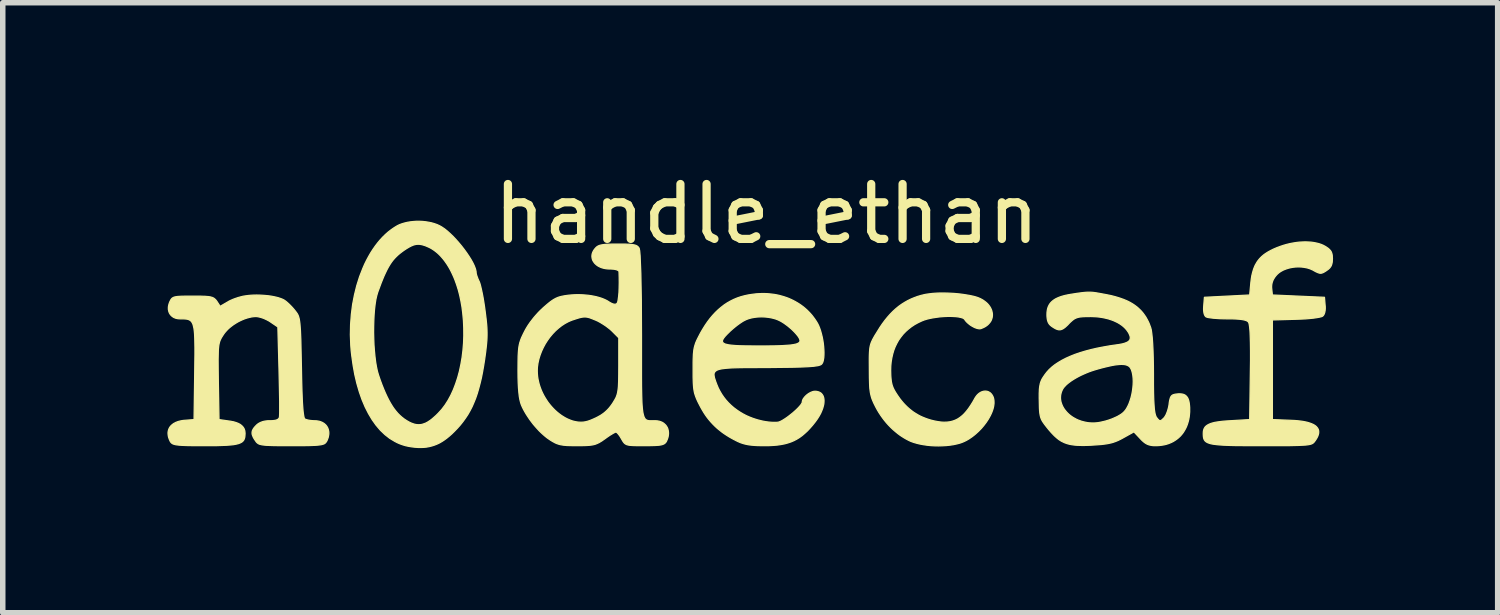
<source format=kicad_pcb>
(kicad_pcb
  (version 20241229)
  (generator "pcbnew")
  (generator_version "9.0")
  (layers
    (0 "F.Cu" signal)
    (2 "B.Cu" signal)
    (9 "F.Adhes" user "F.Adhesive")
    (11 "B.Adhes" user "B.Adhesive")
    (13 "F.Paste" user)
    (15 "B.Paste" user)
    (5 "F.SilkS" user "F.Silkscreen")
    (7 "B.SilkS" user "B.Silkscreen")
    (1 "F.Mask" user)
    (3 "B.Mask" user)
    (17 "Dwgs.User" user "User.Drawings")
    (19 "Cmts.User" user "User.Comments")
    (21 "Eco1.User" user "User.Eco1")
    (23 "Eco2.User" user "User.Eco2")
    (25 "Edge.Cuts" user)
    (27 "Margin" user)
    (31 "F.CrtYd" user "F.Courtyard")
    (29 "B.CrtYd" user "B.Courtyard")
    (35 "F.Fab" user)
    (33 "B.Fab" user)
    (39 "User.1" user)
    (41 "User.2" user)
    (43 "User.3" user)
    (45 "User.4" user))
  (footprint "handle_ethan"
    (layer "F.Cu")
    (at 10.739 3.538)
    (property "Reference" "handle_ethan" (at 0.18 -2.69 0) (unlocked yes) (layer "F.SilkS") (effects (font (size 1 1) (thickness 0.15))))
    (attr smd)
    (fp_poly (pts (xy -6.086 -2.553) (xy -6.03 -2.547) (xy -5.975 -2.538) (xy -5.922 -2.527) (xy -5.871 -2.512) (xy -5.823 -2.495) (xy -5.778 -2.474) (xy -5.738 -2.451) (xy -5.689 -2.418) (xy -5.639 -2.378) (xy -5.587 -2.331) (xy -5.534 -2.28) (xy -5.482 -2.225) (xy -5.43 -2.166) (xy -5.38 -2.106) (xy -5.332 -2.044) (xy -5.287 -1.982) (xy -5.245 -1.92) (xy -5.208 -1.861) (xy -5.176 -1.804) (xy -5.15 -1.75) (xy -5.131 -1.702) (xy -5.124 -1.679) (xy -5.119 -1.658) (xy -5.115 -1.639) (xy -5.114 -1.621) (xy -5.114 -1.616) (xy -5.113 -1.61) (xy -5.112 -1.603) (xy -5.11 -1.594) (xy -5.105 -1.576) (xy -5.098 -1.554) (xy -5.089 -1.531) (xy -5.08 -1.506) (xy -5.069 -1.481) (xy -5.057 -1.456) (xy -5.045 -1.424) (xy -5.032 -1.376) (xy -5.018 -1.317) (xy -5.003 -1.247) (xy -4.988 -1.17) (xy -4.974 -1.086) (xy -4.961 -1) (xy -4.949 -0.911) (xy -4.933 -0.784) (xy -4.922 -0.674) (xy -4.918 -0.624) (xy -4.916 -0.576) (xy -4.915 -0.529) (xy -4.915 -0.483) (xy -4.916 -0.436) (xy -4.918 -0.389) (xy -4.927 -0.289) (xy -4.94 -0.176) (xy -4.958 -0.045) (xy -4.977 0.076) (xy -4.997 0.19) (xy -5.018 0.297) (xy -5.042 0.397) (xy -5.067 0.492) (xy -5.093 0.581) (xy -5.122 0.666) (xy -5.154 0.745) (xy -5.187 0.821) (xy -5.224 0.893) (xy -5.263 0.962) (xy -5.306 1.027) (xy -5.352 1.091) (xy -5.401 1.153) (xy -5.454 1.213) (xy -5.511 1.272) (xy -5.557 1.317) (xy -5.602 1.357) (xy -5.647 1.394) (xy -5.692 1.427) (xy -5.736 1.456) (xy -5.781 1.482) (xy -5.827 1.504) (xy -5.873 1.522) (xy -5.92 1.537) (xy -5.968 1.549) (xy -6.017 1.558) (xy -6.068 1.563) (xy -6.12 1.565) (xy -6.175 1.564) (xy -6.232 1.56) (xy -6.291 1.553) (xy -6.344 1.544) (xy -6.396 1.533) (xy -6.447 1.518) (xy -6.498 1.5) (xy -6.547 1.479) (xy -6.594 1.455) (xy -6.687 1.399) (xy -6.774 1.331) (xy -6.857 1.252) (xy -6.935 1.161) (xy -7.007 1.06) (xy -7.074 0.948) (xy -7.136 0.826) (xy -7.192 0.694) (xy -7.242 0.551) (xy -7.286 0.4) (xy -7.324 0.239) (xy -7.355 0.068) (xy -7.38 -0.111) (xy -7.391 -0.206) (xy -7.398 -0.301) (xy -7.405 -0.49) (xy -7.404 -0.527) (xy -6.982 -0.527) (xy -6.979 -0.414) (xy -6.975 -0.303) (xy -6.967 -0.195) (xy -6.957 -0.092) (xy -6.945 0.006) (xy -6.93 0.095) (xy -6.913 0.175) (xy -6.893 0.244) (xy -6.862 0.335) (xy -6.831 0.419) (xy -6.8 0.497) (xy -6.769 0.57) (xy -6.738 0.637) (xy -6.707 0.699) (xy -6.675 0.757) (xy -6.643 0.809) (xy -6.627 0.834) (xy -6.61 0.858) (xy -6.593 0.88) (xy -6.576 0.902) (xy -6.558 0.923) (xy -6.541 0.943) (xy -6.522 0.962) (xy -6.504 0.98) (xy -6.485 0.997) (xy -6.466 1.014) (xy -6.446 1.029) (xy -6.426 1.045) (xy -6.405 1.059) (xy -6.384 1.073) (xy -6.34 1.099) (xy -6.306 1.116) (xy -6.273 1.129) (xy -6.256 1.135) (xy -6.24 1.14) (xy -6.224 1.144) (xy -6.208 1.147) (xy -6.192 1.149) (xy -6.177 1.15) (xy -6.161 1.151) (xy -6.145 1.15) (xy -6.13 1.149) (xy -6.114 1.147) (xy -6.099 1.144) (xy -6.083 1.139) (xy -6.067 1.134) (xy -6.051 1.128) (xy -6.035 1.122) (xy -6.019 1.114) (xy -6.002 1.105) (xy -5.986 1.095) (xy -5.952 1.073) (xy -5.917 1.046) (xy -5.881 1.015) (xy -5.843 0.981) (xy -5.804 0.942) (xy -5.74 0.872) (xy -5.68 0.793) (xy -5.625 0.707) (xy -5.574 0.613) (xy -5.528 0.513) (xy -5.487 0.406) (xy -5.45 0.294) (xy -5.418 0.176) (xy -5.392 0.054) (xy -5.37 -0.072) (xy -5.354 -0.202) (xy -5.343 -0.335) (xy -5.338 -0.471) (xy -5.339 -0.608) (xy -5.345 -0.747) (xy -5.358 -0.887) (xy -5.372 -0.997) (xy -5.391 -1.104) (xy -5.413 -1.208) (xy -5.439 -1.308) (xy -5.469 -1.403) (xy -5.502 -1.494) (xy -5.52 -1.538) (xy -5.539 -1.58) (xy -5.558 -1.621) (xy -5.578 -1.661) (xy -5.599 -1.7) (xy -5.621 -1.737) (xy -5.643 -1.772) (xy -5.667 -1.807) (xy -5.69 -1.839) (xy -5.715 -1.871) (xy -5.74 -1.9) (xy -5.766 -1.929) (xy -5.792 -1.955) (xy -5.819 -1.98) (xy -5.847 -2.003) (xy -5.875 -2.024) (xy -5.904 -2.044) (xy -5.933 -2.062) (xy -5.963 -2.078) (xy -5.994 -2.092) (xy -6.024 -2.105) (xy -6.053 -2.116) (xy -6.08 -2.124) (xy -6.106 -2.131) (xy -6.131 -2.135) (xy -6.144 -2.137) (xy -6.156 -2.138) (xy -6.168 -2.138) (xy -6.179 -2.138) (xy -6.191 -2.137) (xy -6.203 -2.136) (xy -6.215 -2.134) (xy -6.227 -2.131) (xy -6.239 -2.128) (xy -6.251 -2.125) (xy -6.276 -2.115) (xy -6.301 -2.104) (xy -6.328 -2.09) (xy -6.356 -2.074) (xy -6.387 -2.055) (xy -6.419 -2.034) (xy -6.46 -2.005) (xy -6.499 -1.975) (xy -6.535 -1.945) (xy -6.568 -1.914) (xy -6.6 -1.881) (xy -6.63 -1.846) (xy -6.658 -1.809) (xy -6.685 -1.768) (xy -6.712 -1.723) (xy -6.738 -1.675) (xy -6.764 -1.621) (xy -6.791 -1.563) (xy -6.818 -1.498) (xy -6.846 -1.428) (xy -6.906 -1.266) (xy -6.924 -1.205) (xy -6.941 -1.131) (xy -6.954 -1.047) (xy -6.965 -0.954) (xy -6.973 -0.853) (xy -6.978 -0.748) (xy -6.981 -0.638) (xy -6.982 -0.527) (xy -7.404 -0.527) (xy -7.401 -0.677) (xy -7.387 -0.861) (xy -7.364 -1.041) (xy -7.33 -1.216) (xy -7.288 -1.385) (xy -7.237 -1.547) (xy -7.177 -1.7) (xy -7.145 -1.774) (xy -7.11 -1.845) (xy -7.073 -1.914) (xy -7.035 -1.98) (xy -6.994 -2.044) (xy -6.952 -2.104) (xy -6.908 -2.162) (xy -6.862 -2.217) (xy -6.815 -2.268) (xy -6.766 -2.316) (xy -6.716 -2.36) (xy -6.663 -2.401) (xy -6.61 -2.438) (xy -6.555 -2.472) (xy -6.513 -2.493) (xy -6.467 -2.51) (xy -6.417 -2.525) (xy -6.366 -2.537) (xy -6.312 -2.546) (xy -6.256 -2.552) (xy -6.2 -2.556) (xy -6.143 -2.556)) (stroke (width 0.023) (type solid)) (fill yes) (layer "F.SilkS"))
    (fp_poly (pts (xy 3.47 -1.248) (xy 3.587 -1.242) (xy 3.646 -1.237) (xy 3.705 -1.231) (xy 3.764 -1.223) (xy 3.822 -1.214) (xy 3.88 -1.204) (xy 3.937 -1.192) (xy 3.973 -1.183) (xy 4.007 -1.173) (xy 4.04 -1.161) (xy 4.07 -1.148) (xy 4.099 -1.133) (xy 4.126 -1.117) (xy 4.15 -1.1) (xy 4.173 -1.082) (xy 4.195 -1.063) (xy 4.214 -1.043) (xy 4.231 -1.022) (xy 4.246 -1.001) (xy 4.259 -0.979) (xy 4.27 -0.956) (xy 4.279 -0.934) (xy 4.285 -0.911) (xy 4.29 -0.888) (xy 4.293 -0.865) (xy 4.293 -0.842) (xy 4.291 -0.819) (xy 4.287 -0.797) (xy 4.28 -0.775) (xy 4.272 -0.754) (xy 4.261 -0.733) (xy 4.247 -0.713) (xy 4.231 -0.694) (xy 4.213 -0.675) (xy 4.193 -0.658) (xy 4.17 -0.642) (xy 4.144 -0.627) (xy 4.116 -0.614) (xy 4.086 -0.602) (xy 4.079 -0.6) (xy 4.072 -0.599) (xy 4.064 -0.598) (xy 4.055 -0.598) (xy 4.046 -0.599) (xy 4.037 -0.6) (xy 4.028 -0.602) (xy 4.018 -0.604) (xy 3.997 -0.61) (xy 3.976 -0.618) (xy 3.954 -0.628) (xy 3.933 -0.64) (xy 3.911 -0.652) (xy 3.89 -0.666) (xy 3.869 -0.682) (xy 3.85 -0.698) (xy 3.832 -0.714) (xy 3.815 -0.732) (xy 3.808 -0.74) (xy 3.801 -0.749) (xy 3.794 -0.758) (xy 3.789 -0.767) (xy 3.782 -0.775) (xy 3.773 -0.782) (xy 3.762 -0.789) (xy 3.749 -0.795) (xy 3.715 -0.805) (xy 3.675 -0.813) (xy 3.628 -0.819) (xy 3.576 -0.822) (xy 3.52 -0.824) (xy 3.461 -0.823) (xy 3.399 -0.82) (xy 3.337 -0.815) (xy 3.276 -0.807) (xy 3.215 -0.798) (xy 3.157 -0.787) (xy 3.103 -0.774) (xy 3.053 -0.759) (xy 3.009 -0.742) (xy 2.941 -0.71) (xy 2.877 -0.675) (xy 2.818 -0.636) (xy 2.763 -0.593) (xy 2.712 -0.548) (xy 2.665 -0.499) (xy 2.623 -0.446) (xy 2.584 -0.391) (xy 2.551 -0.332) (xy 2.521 -0.27) (xy 2.496 -0.206) (xy 2.476 -0.138) (xy 2.46 -0.067) (xy 2.448 0.006) (xy 2.441 0.083) (xy 2.439 0.162) (xy 2.44 0.205) (xy 2.441 0.245) (xy 2.443 0.281) (xy 2.446 0.314) (xy 2.449 0.345) (xy 2.453 0.373) (xy 2.459 0.4) (xy 2.465 0.425) (xy 2.473 0.449) (xy 2.482 0.473) (xy 2.493 0.497) (xy 2.506 0.522) (xy 2.52 0.547) (xy 2.536 0.573) (xy 2.555 0.602) (xy 2.575 0.632) (xy 2.607 0.677) (xy 2.64 0.719) (xy 2.674 0.759) (xy 2.709 0.796) (xy 2.745 0.831) (xy 2.782 0.864) (xy 2.821 0.895) (xy 2.86 0.924) (xy 2.902 0.95) (xy 2.944 0.975) (xy 2.988 0.998) (xy 3.034 1.018) (xy 3.082 1.037) (xy 3.131 1.054) (xy 3.182 1.069) (xy 3.236 1.082) (xy 3.299 1.094) (xy 3.329 1.098) (xy 3.358 1.102) (xy 3.387 1.104) (xy 3.414 1.105) (xy 3.441 1.104) (xy 3.468 1.103) (xy 3.493 1.1) (xy 3.518 1.097) (xy 3.542 1.092) (xy 3.566 1.085) (xy 3.589 1.078) (xy 3.612 1.069) (xy 3.634 1.059) (xy 3.656 1.048) (xy 3.677 1.035) (xy 3.698 1.021) (xy 3.719 1.005) (xy 3.74 0.988) (xy 3.76 0.97) (xy 3.78 0.95) (xy 3.799 0.929) (xy 3.819 0.906) (xy 3.838 0.882) (xy 3.858 0.856) (xy 3.896 0.8) (xy 3.935 0.738) (xy 3.974 0.669) (xy 3.982 0.655) (xy 3.991 0.642) (xy 4 0.63) (xy 4.009 0.618) (xy 4.019 0.607) (xy 4.029 0.597) (xy 4.039 0.588) (xy 4.05 0.579) (xy 4.06 0.572) (xy 4.071 0.565) (xy 4.083 0.558) (xy 4.094 0.553) (xy 4.105 0.549) (xy 4.117 0.545) (xy 4.128 0.542) (xy 4.14 0.54) (xy 4.151 0.539) (xy 4.163 0.538) (xy 4.174 0.539) (xy 4.185 0.54) (xy 4.196 0.542) (xy 4.207 0.545) (xy 4.218 0.549) (xy 4.228 0.554) (xy 4.238 0.56) (xy 4.248 0.566) (xy 4.257 0.573) (xy 4.266 0.582) (xy 4.274 0.591) (xy 4.282 0.601) (xy 4.289 0.612) (xy 4.296 0.624) (xy 4.306 0.644) (xy 4.313 0.666) (xy 4.318 0.689) (xy 4.321 0.712) (xy 4.322 0.737) (xy 4.322 0.762) (xy 4.319 0.789) (xy 4.315 0.816) (xy 4.309 0.843) (xy 4.301 0.871) (xy 4.291 0.9) (xy 4.28 0.929) (xy 4.267 0.958) (xy 4.253 0.987) (xy 4.22 1.046) (xy 4.182 1.104) (xy 4.139 1.161) (xy 4.092 1.217) (xy 4.04 1.27) (xy 3.985 1.32) (xy 3.956 1.344) (xy 3.926 1.367) (xy 3.896 1.388) (xy 3.865 1.409) (xy 3.833 1.428) (xy 3.801 1.445) (xy 3.755 1.466) (xy 3.703 1.485) (xy 3.646 1.5) (xy 3.585 1.513) (xy 3.52 1.523) (xy 3.453 1.53) (xy 3.384 1.534) (xy 3.313 1.536) (xy 3.243 1.535) (xy 3.172 1.531) (xy 3.103 1.524) (xy 3.035 1.514) (xy 2.97 1.502) (xy 2.909 1.487) (xy 2.851 1.47) (xy 2.798 1.45) (xy 2.751 1.427) (xy 2.705 1.402) (xy 2.659 1.374) (xy 2.613 1.344) (xy 2.569 1.311) (xy 2.526 1.276) (xy 2.483 1.239) (xy 2.442 1.2) (xy 2.402 1.159) (xy 2.363 1.116) (xy 2.326 1.071) (xy 2.291 1.025) (xy 2.257 0.977) (xy 2.225 0.928) (xy 2.195 0.878) (xy 2.167 0.826) (xy 2.132 0.756) (xy 2.118 0.724) (xy 2.105 0.693) (xy 2.094 0.663) (xy 2.085 0.632) (xy 2.077 0.6) (xy 2.07 0.567) (xy 2.065 0.531) (xy 2.06 0.492) (xy 2.057 0.449) (xy 2.055 0.401) (xy 2.052 0.289) (xy 2.051 0.149) (xy 2.05 -0.001) (xy 2.05 -0.063) (xy 2.051 -0.117) (xy 2.053 -0.165) (xy 2.056 -0.207) (xy 2.06 -0.245) (xy 2.063 -0.262) (xy 2.066 -0.279) (xy 2.07 -0.295) (xy 2.074 -0.311) (xy 2.079 -0.326) (xy 2.084 -0.341) (xy 2.09 -0.356) (xy 2.097 -0.371) (xy 2.111 -0.402) (xy 2.129 -0.434) (xy 2.149 -0.47) (xy 2.2 -0.552) (xy 2.244 -0.623) (xy 2.289 -0.689) (xy 2.335 -0.751) (xy 2.382 -0.809) (xy 2.431 -0.864) (xy 2.48 -0.914) (xy 2.53 -0.96) (xy 2.582 -1.003) (xy 2.636 -1.042) (xy 2.691 -1.077) (xy 2.747 -1.109) (xy 2.806 -1.138) (xy 2.866 -1.163) (xy 2.928 -1.186) (xy 2.992 -1.205) (xy 3.058 -1.221) (xy 3.102 -1.229) (xy 3.149 -1.235) (xy 3.198 -1.241) (xy 3.249 -1.245) (xy 3.302 -1.248) (xy 3.357 -1.249)) (stroke (width 0.023) (type solid)) (fill yes) (layer "F.SilkS"))
    (fp_poly (pts (xy 10.047 -2.179) (xy 10.099 -2.176) (xy 10.148 -2.169) (xy 10.195 -2.16) (xy 10.24 -2.149) (xy 10.282 -2.135) (xy 10.32 -2.119) (xy 10.355 -2.1) (xy 10.375 -2.088) (xy 10.392 -2.076) (xy 10.408 -2.065) (xy 10.421 -2.054) (xy 10.434 -2.042) (xy 10.444 -2.031) (xy 10.449 -2.025) (xy 10.454 -2.019) (xy 10.458 -2.013) (xy 10.462 -2.007) (xy 10.465 -2) (xy 10.469 -1.994) (xy 10.471 -1.987) (xy 10.474 -1.98) (xy 10.476 -1.973) (xy 10.479 -1.965) (xy 10.482 -1.95) (xy 10.485 -1.933) (xy 10.486 -1.915) (xy 10.487 -1.895) (xy 10.488 -1.873) (xy 10.487 -1.854) (xy 10.486 -1.835) (xy 10.485 -1.818) (xy 10.484 -1.81) (xy 10.482 -1.802) (xy 10.481 -1.794) (xy 10.479 -1.787) (xy 10.477 -1.779) (xy 10.475 -1.772) (xy 10.473 -1.765) (xy 10.471 -1.759) (xy 10.468 -1.752) (xy 10.465 -1.746) (xy 10.462 -1.739) (xy 10.458 -1.733) (xy 10.454 -1.727) (xy 10.45 -1.722) (xy 10.446 -1.716) (xy 10.442 -1.71) (xy 10.437 -1.705) (xy 10.432 -1.7) (xy 10.426 -1.694) (xy 10.421 -1.689) (xy 10.415 -1.684) (xy 10.409 -1.679) (xy 10.402 -1.674) (xy 10.395 -1.669) (xy 10.38 -1.658) (xy 10.363 -1.647) (xy 10.347 -1.637) (xy 10.332 -1.628) (xy 10.318 -1.621) (xy 10.312 -1.619) (xy 10.306 -1.616) (xy 10.299 -1.614) (xy 10.293 -1.612) (xy 10.287 -1.611) (xy 10.281 -1.61) (xy 10.275 -1.61) (xy 10.269 -1.61) (xy 10.263 -1.61) (xy 10.256 -1.611) (xy 10.25 -1.612) (xy 10.243 -1.614) (xy 10.236 -1.616) (xy 10.229 -1.619) (xy 10.213 -1.625) (xy 10.196 -1.633) (xy 10.177 -1.642) (xy 10.156 -1.654) (xy 10.133 -1.667) (xy 10.113 -1.676) (xy 10.093 -1.685) (xy 10.073 -1.693) (xy 10.051 -1.7) (xy 10.03 -1.706) (xy 10.007 -1.711) (xy 9.962 -1.719) (xy 9.915 -1.724) (xy 9.868 -1.725) (xy 9.821 -1.724) (xy 9.774 -1.719) (xy 9.728 -1.711) (xy 9.683 -1.7) (xy 9.64 -1.686) (xy 9.599 -1.67) (xy 9.58 -1.66) (xy 9.561 -1.65) (xy 9.543 -1.639) (xy 9.526 -1.628) (xy 9.51 -1.616) (xy 9.495 -1.603) (xy 9.481 -1.59) (xy 9.468 -1.576) (xy 9.456 -1.562) (xy 9.445 -1.548) (xy 9.435 -1.534) (xy 9.426 -1.519) (xy 9.417 -1.505) (xy 9.409 -1.49) (xy 9.403 -1.476) (xy 9.397 -1.461) (xy 9.392 -1.446) (xy 9.388 -1.431) (xy 9.385 -1.415) (xy 9.382 -1.4) (xy 9.381 -1.384) (xy 9.38 -1.369) (xy 9.38 -1.353) (xy 9.381 -1.337) (xy 9.394 -1.213) (xy 9.868 -1.192) (xy 10.343 -1.171) (xy 10.355 -1.023) (xy 10.357 -1.007) (xy 10.357 -0.991) (xy 10.358 -0.975) (xy 10.357 -0.96) (xy 10.356 -0.945) (xy 10.355 -0.931) (xy 10.352 -0.917) (xy 10.35 -0.904) (xy 10.347 -0.892) (xy 10.343 -0.88) (xy 10.339 -0.869) (xy 10.334 -0.859) (xy 10.331 -0.854) (xy 10.329 -0.85) (xy 10.326 -0.846) (xy 10.323 -0.842) (xy 10.32 -0.838) (xy 10.317 -0.835) (xy 10.314 -0.832) (xy 10.31 -0.829) (xy 10.303 -0.824) (xy 10.291 -0.819) (xy 10.275 -0.815) (xy 10.256 -0.81) (xy 10.207 -0.801) (xy 10.147 -0.792) (xy 10.077 -0.785) (xy 9.998 -0.778) (xy 9.913 -0.774) (xy 9.823 -0.771) (xy 9.394 -0.759) (xy 9.394 1.057) (xy 9.72 1.07) (xy 9.763 1.072) (xy 9.804 1.074) (xy 9.843 1.077) (xy 9.88 1.081) (xy 9.915 1.085) (xy 9.949 1.09) (xy 9.981 1.096) (xy 10.011 1.102) (xy 10.039 1.109) (xy 10.065 1.117) (xy 10.089 1.125) (xy 10.112 1.134) (xy 10.133 1.143) (xy 10.152 1.153) (xy 10.169 1.164) (xy 10.184 1.175) (xy 10.197 1.187) (xy 10.208 1.2) (xy 10.218 1.213) (xy 10.226 1.227) (xy 10.232 1.241) (xy 10.236 1.256) (xy 10.238 1.272) (xy 10.238 1.288) (xy 10.237 1.305) (xy 10.233 1.323) (xy 10.228 1.341) (xy 10.221 1.36) (xy 10.212 1.379) (xy 10.201 1.399) (xy 10.188 1.42) (xy 10.174 1.441) (xy 10.151 1.471) (xy 10.138 1.483) (xy 10.121 1.494) (xy 10.101 1.503) (xy 10.074 1.51) (xy 10.04 1.516) (xy 9.998 1.521) (xy 9.882 1.527) (xy 9.716 1.531) (xy 9.187 1.532) (xy 9.011 1.532) (xy 8.855 1.531) (xy 8.719 1.53) (xy 8.602 1.527) (xy 8.549 1.525) (xy 8.501 1.523) (xy 8.456 1.52) (xy 8.415 1.517) (xy 8.378 1.513) (xy 8.345 1.509) (xy 8.314 1.505) (xy 8.287 1.5) (xy 8.262 1.494) (xy 8.24 1.487) (xy 8.221 1.48) (xy 8.205 1.472) (xy 8.197 1.468) (xy 8.19 1.464) (xy 8.184 1.459) (xy 8.178 1.454) (xy 8.172 1.449) (xy 8.167 1.444) (xy 8.163 1.438) (xy 8.159 1.433) (xy 8.155 1.427) (xy 8.152 1.421) (xy 8.146 1.408) (xy 8.142 1.394) (xy 8.139 1.379) (xy 8.137 1.363) (xy 8.136 1.346) (xy 8.135 1.328) (xy 8.135 1.309) (xy 8.136 1.281) (xy 8.14 1.255) (xy 8.147 1.231) (xy 8.152 1.22) (xy 8.158 1.21) (xy 8.164 1.2) (xy 8.171 1.19) (xy 8.18 1.181) (xy 8.189 1.173) (xy 8.211 1.157) (xy 8.237 1.143) (xy 8.267 1.13) (xy 8.302 1.119) (xy 8.342 1.109) (xy 8.387 1.101) (xy 8.438 1.094) (xy 8.495 1.087) (xy 8.557 1.082) (xy 8.626 1.078) (xy 8.981 1.057) (xy 8.993 0.195) (xy 8.996 -0.015) (xy 8.996 -0.196) (xy 8.994 -0.348) (xy 8.992 -0.414) (xy 8.99 -0.474) (xy 8.988 -0.527) (xy 8.985 -0.573) (xy 8.981 -0.613) (xy 8.977 -0.647) (xy 8.973 -0.674) (xy 8.968 -0.696) (xy 8.962 -0.712) (xy 8.959 -0.717) (xy 8.956 -0.722) (xy 8.949 -0.729) (xy 8.94 -0.736) (xy 8.929 -0.742) (xy 8.915 -0.748) (xy 8.9 -0.753) (xy 8.882 -0.758) (xy 8.862 -0.762) (xy 8.84 -0.766) (xy 8.816 -0.769) (xy 8.789 -0.772) (xy 8.727 -0.776) (xy 8.655 -0.779) (xy 8.572 -0.779) (xy 8.505 -0.78) (xy 8.439 -0.782) (xy 8.377 -0.786) (xy 8.321 -0.79) (xy 8.296 -0.793) (xy 8.272 -0.796) (xy 8.251 -0.799) (xy 8.232 -0.802) (xy 8.215 -0.805) (xy 8.202 -0.809) (xy 8.192 -0.813) (xy 8.188 -0.815) (xy 8.184 -0.816) (xy 8.178 -0.821) (xy 8.173 -0.827) (xy 8.168 -0.834) (xy 8.163 -0.842) (xy 8.159 -0.851) (xy 8.155 -0.861) (xy 8.151 -0.872) (xy 8.148 -0.884) (xy 8.146 -0.897) (xy 8.144 -0.911) (xy 8.142 -0.926) (xy 8.141 -0.941) (xy 8.141 -0.958) (xy 8.141 -0.975) (xy 8.142 -0.992) (xy 8.143 -1.01) (xy 8.156 -1.171) (xy 8.568 -1.192) (xy 8.981 -1.213) (xy 9.002 -1.44) (xy 9.01 -1.506) (xy 9.02 -1.567) (xy 9.034 -1.624) (xy 9.05 -1.678) (xy 9.059 -1.703) (xy 9.069 -1.727) (xy 9.079 -1.751) (xy 9.091 -1.773) (xy 9.104 -1.795) (xy 9.117 -1.817) (xy 9.131 -1.837) (xy 9.147 -1.857) (xy 9.163 -1.876) (xy 9.18 -1.894) (xy 9.198 -1.912) (xy 9.218 -1.929) (xy 9.238 -1.946) (xy 9.26 -1.962) (xy 9.283 -1.977) (xy 9.306 -1.992) (xy 9.358 -2.021) (xy 9.414 -2.049) (xy 9.475 -2.075) (xy 9.542 -2.1) (xy 9.599 -2.119) (xy 9.655 -2.135) (xy 9.713 -2.149) (xy 9.77 -2.16) (xy 9.827 -2.169) (xy 9.883 -2.176) (xy 9.939 -2.179) (xy 9.994 -2.181)) (stroke (width 0.023) (type solid)) (fill yes) (layer "F.SilkS"))
    (fp_poly (pts (xy 0.182 -1.238) (xy 0.229 -1.234) (xy 0.276 -1.229) (xy 0.322 -1.223) (xy 0.367 -1.215) (xy 0.412 -1.205) (xy 0.456 -1.193) (xy 0.5 -1.18) (xy 0.542 -1.166) (xy 0.584 -1.15) (xy 0.624 -1.132) (xy 0.664 -1.113) (xy 0.703 -1.092) (xy 0.741 -1.07) (xy 0.778 -1.047) (xy 0.814 -1.022) (xy 0.849 -0.996) (xy 0.882 -0.968) (xy 0.915 -0.939) (xy 0.946 -0.908) (xy 0.976 -0.876) (xy 1.005 -0.843) (xy 1.032 -0.808) (xy 1.058 -0.772) (xy 1.083 -0.735) (xy 1.106 -0.697) (xy 1.127 -0.655) (xy 1.146 -0.608) (xy 1.163 -0.558) (xy 1.178 -0.503) (xy 1.192 -0.447) (xy 1.203 -0.389) (xy 1.212 -0.331) (xy 1.218 -0.274) (xy 1.222 -0.218) (xy 1.224 -0.164) (xy 1.223 -0.114) (xy 1.22 -0.069) (xy 1.213 -0.029) (xy 1.209 -0.011) (xy 1.204 0.005) (xy 1.198 0.02) (xy 1.191 0.032) (xy 1.184 0.042) (xy 1.176 0.05) (xy 1.164 0.058) (xy 1.148 0.064) (xy 1.127 0.071) (xy 1.101 0.076) (xy 1.03 0.086) (xy 0.932 0.093) (xy 0.804 0.099) (xy 0.641 0.103) (xy 0.202 0.108) (xy -0.144 0.109) (xy -0.283 0.11) (xy -0.402 0.113) (xy -0.455 0.115) (xy -0.502 0.118) (xy -0.545 0.121) (xy -0.584 0.125) (xy -0.619 0.129) (xy -0.65 0.134) (xy -0.677 0.14) (xy -0.701 0.147) (xy -0.721 0.155) (xy -0.737 0.164) (xy -0.745 0.169) (xy -0.751 0.174) (xy -0.757 0.179) (xy -0.762 0.185) (xy -0.766 0.191) (xy -0.77 0.197) (xy -0.773 0.203) (xy -0.776 0.21) (xy -0.778 0.217) (xy -0.779 0.225) (xy -0.78 0.24) (xy -0.778 0.258) (xy -0.775 0.276) (xy -0.771 0.297) (xy -0.764 0.318) (xy -0.748 0.367) (xy -0.727 0.422) (xy -0.702 0.482) (xy -0.672 0.54) (xy -0.639 0.596) (xy -0.602 0.65) (xy -0.562 0.701) (xy -0.518 0.75) (xy -0.471 0.796) (xy -0.42 0.84) (xy -0.367 0.88) (xy -0.311 0.918) (xy -0.252 0.953) (xy -0.191 0.985) (xy -0.127 1.013) (xy -0.061 1.038) (xy 0.008 1.06) (xy 0.078 1.078) (xy 0.101 1.083) (xy 0.124 1.088) (xy 0.147 1.092) (xy 0.171 1.096) (xy 0.194 1.099) (xy 0.217 1.102) (xy 0.24 1.104) (xy 0.262 1.106) (xy 0.283 1.107) (xy 0.303 1.108) (xy 0.322 1.108) (xy 0.34 1.108) (xy 0.357 1.108) (xy 0.372 1.106) (xy 0.385 1.105) (xy 0.396 1.103) (xy 0.407 1.099) (xy 0.42 1.095) (xy 0.448 1.082) (xy 0.479 1.064) (xy 0.512 1.043) (xy 0.548 1.019) (xy 0.584 0.992) (xy 0.62 0.964) (xy 0.656 0.935) (xy 0.69 0.905) (xy 0.723 0.875) (xy 0.752 0.846) (xy 0.778 0.818) (xy 0.799 0.793) (xy 0.808 0.781) (xy 0.815 0.77) (xy 0.821 0.76) (xy 0.826 0.751) (xy 0.828 0.743) (xy 0.829 0.735) (xy 0.83 0.728) (xy 0.831 0.72) (xy 0.833 0.713) (xy 0.835 0.705) (xy 0.839 0.697) (xy 0.842 0.688) (xy 0.847 0.68) (xy 0.852 0.672) (xy 0.864 0.656) (xy 0.877 0.64) (xy 0.893 0.624) (xy 0.909 0.609) (xy 0.927 0.595) (xy 0.946 0.582) (xy 0.965 0.571) (xy 0.984 0.561) (xy 1.004 0.553) (xy 1.014 0.549) (xy 1.023 0.547) (xy 1.033 0.544) (xy 1.042 0.543) (xy 1.051 0.542) (xy 1.06 0.541) (xy 1.08 0.542) (xy 1.099 0.545) (xy 1.116 0.549) (xy 1.132 0.554) (xy 1.147 0.561) (xy 1.16 0.569) (xy 1.173 0.578) (xy 1.183 0.589) (xy 1.193 0.601) (xy 1.201 0.614) (xy 1.209 0.628) (xy 1.214 0.644) (xy 1.219 0.66) (xy 1.222 0.677) (xy 1.224 0.696) (xy 1.225 0.715) (xy 1.224 0.735) (xy 1.223 0.755) (xy 1.22 0.777) (xy 1.215 0.799) (xy 1.203 0.845) (xy 1.185 0.893) (xy 1.163 0.943) (xy 1.135 0.994) (xy 1.102 1.046) (xy 1.064 1.099) (xy 1.016 1.159) (xy 0.969 1.213) (xy 0.922 1.263) (xy 0.874 1.307) (xy 0.827 1.347) (xy 0.778 1.383) (xy 0.728 1.414) (xy 0.676 1.441) (xy 0.622 1.464) (xy 0.565 1.483) (xy 0.506 1.499) (xy 0.443 1.511) (xy 0.376 1.521) (xy 0.305 1.527) (xy 0.229 1.531) (xy 0.148 1.532) (xy 0.098 1.532) (xy 0.052 1.531) (xy 0.009 1.53) (xy -0.031 1.528) (xy -0.068 1.525) (xy -0.102 1.522) (xy -0.135 1.518) (xy -0.165 1.513) (xy -0.194 1.507) (xy -0.221 1.501) (xy -0.248 1.493) (xy -0.274 1.485) (xy -0.299 1.476) (xy -0.325 1.465) (xy -0.35 1.454) (xy -0.376 1.441) (xy -0.432 1.412) (xy -0.486 1.382) (xy -0.537 1.351) (xy -0.586 1.319) (xy -0.633 1.286) (xy -0.677 1.251) (xy -0.72 1.216) (xy -0.76 1.179) (xy -0.799 1.14) (xy -0.836 1.1) (xy -0.871 1.059) (xy -0.905 1.016) (xy -0.937 0.971) (xy -0.967 0.925) (xy -0.996 0.876) (xy -1.024 0.826) (xy -1.067 0.743) (xy -1.084 0.707) (xy -1.099 0.673) (xy -1.112 0.64) (xy -1.123 0.608) (xy -1.133 0.576) (xy -1.14 0.544) (xy -1.146 0.509) (xy -1.151 0.472) (xy -1.154 0.431) (xy -1.157 0.386) (xy -1.16 0.281) (xy -1.16 0.149) (xy -1.16 0.017) (xy -1.159 -0.039) (xy -1.157 -0.089) (xy -1.155 -0.134) (xy -1.151 -0.174) (xy -1.147 -0.211) (xy -1.141 -0.245) (xy -1.133 -0.277) (xy -1.124 -0.308) (xy -1.114 -0.338) (xy -1.101 -0.369) (xy -0.626 -0.369) (xy -0.624 -0.359) (xy -0.62 -0.35) (xy -0.613 -0.342) (xy -0.603 -0.334) (xy -0.591 -0.327) (xy -0.576 -0.32) (xy -0.558 -0.315) (xy -0.514 -0.305) (xy -0.458 -0.298) (xy -0.389 -0.292) (xy -0.307 -0.288) (xy -0.212 -0.286) (xy 0.02 -0.284) (xy 0.13 -0.284) (xy 0.23 -0.285) (xy 0.319 -0.286) (xy 0.4 -0.288) (xy 0.471 -0.291) (xy 0.503 -0.293) (xy 0.533 -0.295) (xy 0.562 -0.297) (xy 0.588 -0.299) (xy 0.612 -0.301) (xy 0.635 -0.304) (xy 0.655 -0.307) (xy 0.674 -0.31) (xy 0.692 -0.314) (xy 0.707 -0.317) (xy 0.721 -0.321) (xy 0.734 -0.325) (xy 0.745 -0.33) (xy 0.754 -0.335) (xy 0.763 -0.34) (xy 0.77 -0.345) (xy 0.776 -0.35) (xy 0.78 -0.356) (xy 0.784 -0.363) (xy 0.786 -0.369) (xy 0.787 -0.376) (xy 0.788 -0.383) (xy 0.787 -0.391) (xy 0.785 -0.399) (xy 0.782 -0.408) (xy 0.778 -0.418) (xy 0.767 -0.439) (xy 0.751 -0.463) (xy 0.732 -0.487) (xy 0.71 -0.513) (xy 0.685 -0.54) (xy 0.658 -0.567) (xy 0.63 -0.594) (xy 0.599 -0.62) (xy 0.568 -0.646) (xy 0.535 -0.671) (xy 0.503 -0.694) (xy 0.471 -0.715) (xy 0.439 -0.734) (xy 0.408 -0.75) (xy 0.372 -0.766) (xy 0.335 -0.779) (xy 0.295 -0.79) (xy 0.254 -0.799) (xy 0.213 -0.806) (xy 0.17 -0.811) (xy 0.128 -0.814) (xy 0.085 -0.815) (xy 0.042 -0.814) (xy 0.000099 -0.811) (xy -0.041 -0.806) (xy -0.081 -0.799) (xy -0.12 -0.79) (xy -0.156 -0.779) (xy -0.191 -0.766) (xy -0.223 -0.75) (xy -0.236 -0.744) (xy -0.251 -0.735) (xy -0.266 -0.726) (xy -0.283 -0.715) (xy -0.318 -0.691) (xy -0.355 -0.664) (xy -0.393 -0.634) (xy -0.431 -0.603) (xy -0.467 -0.571) (xy -0.484 -0.556) (xy -0.5 -0.54) (xy -0.541 -0.5) (xy -0.575 -0.464) (xy -0.601 -0.432) (xy -0.618 -0.404) (xy -0.623 -0.392) (xy -0.626 -0.38) (xy -0.626 -0.369) (xy -1.101 -0.369) (xy -1.101 -0.37) (xy -1.086 -0.402) (xy -1.069 -0.436) (xy -1.028 -0.515) (xy -0.986 -0.588) (xy -0.943 -0.657) (xy -0.898 -0.723) (xy -0.852 -0.784) (xy -0.804 -0.841) (xy -0.755 -0.894) (xy -0.703 -0.944) (xy -0.65 -0.989) (xy -0.596 -1.031) (xy -0.539 -1.069) (xy -0.481 -1.102) (xy -0.421 -1.132) (xy -0.359 -1.158) (xy -0.295 -1.18) (xy -0.229 -1.198) (xy -0.161 -1.213) (xy -0.111 -1.221) (xy -0.061 -1.228) (xy -0.012 -1.234) (xy 0.037 -1.237) (xy 0.086 -1.239) (xy 0.134 -1.239)) (stroke (width 0.023) (type solid)) (fill yes) (layer "F.SilkS"))
    (fp_poly (pts (xy -9.059 -1.211) (xy -9.005 -1.208) (xy -8.952 -1.204) (xy -8.9 -1.199) (xy -8.85 -1.192) (xy -8.802 -1.183) (xy -8.756 -1.173) (xy -8.714 -1.162) (xy -8.676 -1.149) (xy -8.642 -1.136) (xy -8.613 -1.121) (xy -8.601 -1.113) (xy -8.59 -1.105) (xy -8.579 -1.097) (xy -8.568 -1.088) (xy -8.545 -1.068) (xy -8.52 -1.045) (xy -8.495 -1.02) (xy -8.47 -0.994) (xy -8.446 -0.967) (xy -8.424 -0.941) (xy -8.414 -0.928) (xy -8.404 -0.916) (xy -8.375 -0.876) (xy -8.363 -0.855) (xy -8.353 -0.832) (xy -8.344 -0.804) (xy -8.336 -0.772) (xy -8.33 -0.733) (xy -8.324 -0.687) (xy -8.315 -0.567) (xy -8.308 -0.401) (xy -8.297 0.108) (xy -8.293 0.325) (xy -8.288 0.513) (xy -8.282 0.671) (xy -8.279 0.74) (xy -8.275 0.801) (xy -8.271 0.855) (xy -8.267 0.903) (xy -8.262 0.943) (xy -8.257 0.977) (xy -8.252 1.004) (xy -8.247 1.024) (xy -8.244 1.032) (xy -8.241 1.038) (xy -8.238 1.042) (xy -8.235 1.045) (xy -8.23 1.048) (xy -8.223 1.051) (xy -8.216 1.054) (xy -8.207 1.057) (xy -8.198 1.06) (xy -8.187 1.063) (xy -8.176 1.065) (xy -8.165 1.068) (xy -8.14 1.072) (xy -8.113 1.075) (xy -8.099 1.076) (xy -8.085 1.077) (xy -8.071 1.078) (xy -8.057 1.078) (xy -8.037 1.079) (xy -8.018 1.08) (xy -7.999 1.083) (xy -7.981 1.086) (xy -7.964 1.09) (xy -7.947 1.096) (xy -7.931 1.102) (xy -7.916 1.109) (xy -7.902 1.117) (xy -7.889 1.125) (xy -7.876 1.135) (xy -7.865 1.145) (xy -7.854 1.155) (xy -7.844 1.167) (xy -7.835 1.179) (xy -7.827 1.192) (xy -7.82 1.205) (xy -7.814 1.219) (xy -7.809 1.233) (xy -7.805 1.248) (xy -7.802 1.263) (xy -7.799 1.279) (xy -7.798 1.295) (xy -7.798 1.311) (xy -7.799 1.328) (xy -7.802 1.345) (xy -7.805 1.363) (xy -7.809 1.381) (xy -7.815 1.399) (xy -7.822 1.417) (xy -7.829 1.435) (xy -7.839 1.454) (xy -7.847 1.466) (xy -7.856 1.477) (xy -7.866 1.487) (xy -7.879 1.496) (xy -7.895 1.503) (xy -7.915 1.509) (xy -7.94 1.515) (xy -7.97 1.519) (xy -8.005 1.523) (xy -8.047 1.526) (xy -8.154 1.53) (xy -8.296 1.532) (xy -8.478 1.532) (xy -8.578 1.532) (xy -8.666 1.532) (xy -8.744 1.531) (xy -8.811 1.53) (xy -8.841 1.529) (xy -8.869 1.528) (xy -8.895 1.527) (xy -8.919 1.526) (xy -8.941 1.525) (xy -8.961 1.523) (xy -8.98 1.521) (xy -8.997 1.519) (xy -9.012 1.517) (xy -9.026 1.514) (xy -9.039 1.511) (xy -9.051 1.508) (xy -9.061 1.505) (xy -9.071 1.501) (xy -9.079 1.497) (xy -9.087 1.492) (xy -9.094 1.487) (xy -9.101 1.482) (xy -9.107 1.476) (xy -9.113 1.47) (xy -9.119 1.464) (xy -9.124 1.457) (xy -9.129 1.449) (xy -9.135 1.441) (xy -9.15 1.419) (xy -9.163 1.398) (xy -9.169 1.388) (xy -9.174 1.378) (xy -9.178 1.368) (xy -9.182 1.359) (xy -9.186 1.35) (xy -9.189 1.341) (xy -9.192 1.333) (xy -9.194 1.324) (xy -9.195 1.316) (xy -9.196 1.308) (xy -9.196 1.3) (xy -9.196 1.292) (xy -9.195 1.284) (xy -9.194 1.276) (xy -9.192 1.268) (xy -9.19 1.26) (xy -9.187 1.252) (xy -9.183 1.245) (xy -9.179 1.237) (xy -9.175 1.229) (xy -9.169 1.221) (xy -9.164 1.213) (xy -9.158 1.204) (xy -9.151 1.196) (xy -9.136 1.179) (xy -9.118 1.161) (xy -9.108 1.151) (xy -9.097 1.142) (xy -9.085 1.133) (xy -9.072 1.125) (xy -9.059 1.118) (xy -9.046 1.111) (xy -9.031 1.105) (xy -9.016 1.099) (xy -9.001 1.094) (xy -8.985 1.09) (xy -8.968 1.086) (xy -8.95 1.083) (xy -8.932 1.081) (xy -8.914 1.079) (xy -8.894 1.078) (xy -8.875 1.078) (xy -8.853 1.078) (xy -8.843 1.078) (xy -8.833 1.077) (xy -8.824 1.077) (xy -8.815 1.076) (xy -8.806 1.075) (xy -8.798 1.074) (xy -8.79 1.073) (xy -8.783 1.072) (xy -8.776 1.071) (xy -8.769 1.069) (xy -8.763 1.068) (xy -8.757 1.066) (xy -8.751 1.064) (xy -8.746 1.062) (xy -8.74 1.06) (xy -8.736 1.058) (xy -8.731 1.055) (xy -8.727 1.053) (xy -8.723 1.05) (xy -8.72 1.047) (xy -8.716 1.045) (xy -8.713 1.041) (xy -8.71 1.038) (xy -8.708 1.035) (xy -8.705 1.031) (xy -8.703 1.028) (xy -8.701 1.024) (xy -8.7 1.02) (xy -8.698 1.016) (xy -8.697 1.012) (xy -8.695 0.982) (xy -8.693 0.923) (xy -8.693 0.731) (xy -8.698 0.465) (xy -8.705 0.153) (xy -8.726 -0.631) (xy -8.866 -0.726) (xy -8.881 -0.736) (xy -8.897 -0.745) (xy -8.914 -0.754) (xy -8.931 -0.763) (xy -8.948 -0.771) (xy -8.966 -0.779) (xy -8.983 -0.787) (xy -9.001 -0.793) (xy -9.018 -0.799) (xy -9.036 -0.805) (xy -9.053 -0.809) (xy -9.069 -0.813) (xy -9.085 -0.816) (xy -9.099 -0.819) (xy -9.113 -0.82) (xy -9.126 -0.821) (xy -9.145 -0.82) (xy -9.164 -0.819) (xy -9.204 -0.814) (xy -9.245 -0.805) (xy -9.286 -0.794) (xy -9.329 -0.78) (xy -9.371 -0.763) (xy -9.413 -0.744) (xy -9.454 -0.723) (xy -9.494 -0.699) (xy -9.533 -0.674) (xy -9.57 -0.647) (xy -9.605 -0.619) (xy -9.638 -0.589) (xy -9.667 -0.558) (xy -9.694 -0.527) (xy -9.706 -0.511) (xy -9.717 -0.495) (xy -9.751 -0.442) (xy -9.764 -0.418) (xy -9.776 -0.393) (xy -9.786 -0.367) (xy -9.794 -0.338) (xy -9.801 -0.305) (xy -9.806 -0.267) (xy -9.81 -0.223) (xy -9.812 -0.171) (xy -9.815 -0.041) (xy -9.814 0.133) (xy -9.811 0.36) (xy -9.799 1.057) (xy -9.626 1.082) (xy -9.588 1.087) (xy -9.554 1.094) (xy -9.537 1.097) (xy -9.521 1.101) (xy -9.506 1.106) (xy -9.492 1.11) (xy -9.478 1.115) (xy -9.464 1.12) (xy -9.452 1.125) (xy -9.44 1.131) (xy -9.428 1.137) (xy -9.417 1.143) (xy -9.407 1.15) (xy -9.398 1.157) (xy -9.389 1.164) (xy -9.38 1.172) (xy -9.373 1.18) (xy -9.365 1.188) (xy -9.359 1.196) (xy -9.353 1.205) (xy -9.347 1.214) (xy -9.342 1.223) (xy -9.338 1.233) (xy -9.335 1.243) (xy -9.331 1.253) (xy -9.329 1.264) (xy -9.327 1.275) (xy -9.326 1.286) (xy -9.325 1.297) (xy -9.324 1.309) (xy -9.326 1.344) (xy -9.329 1.376) (xy -9.336 1.403) (xy -9.347 1.428) (xy -9.355 1.439) (xy -9.363 1.449) (xy -9.373 1.458) (xy -9.384 1.467) (xy -9.412 1.482) (xy -9.446 1.495) (xy -9.487 1.505) (xy -9.537 1.514) (xy -9.596 1.52) (xy -9.664 1.525) (xy -9.743 1.528) (xy -9.832 1.531) (xy -10.047 1.532) (xy -10.143 1.532) (xy -10.229 1.532) (xy -10.305 1.531) (xy -10.371 1.53) (xy -10.401 1.529) (xy -10.428 1.528) (xy -10.454 1.527) (xy -10.478 1.526) (xy -10.5 1.524) (xy -10.52 1.523) (xy -10.538 1.521) (xy -10.555 1.519) (xy -10.571 1.517) (xy -10.585 1.515) (xy -10.598 1.512) (xy -10.61 1.509) (xy -10.62 1.506) (xy -10.63 1.503) (xy -10.638 1.499) (xy -10.646 1.496) (xy -10.653 1.491) (xy -10.659 1.487) (xy -10.664 1.482) (xy -10.67 1.477) (xy -10.674 1.472) (xy -10.679 1.466) (xy -10.683 1.46) (xy -10.687 1.454) (xy -10.696 1.434) (xy -10.704 1.416) (xy -10.711 1.397) (xy -10.717 1.379) (xy -10.721 1.361) (xy -10.724 1.343) (xy -10.726 1.326) (xy -10.727 1.31) (xy -10.727 1.293) (xy -10.725 1.277) (xy -10.722 1.262) (xy -10.718 1.247) (xy -10.713 1.232) (xy -10.707 1.218) (xy -10.7 1.205) (xy -10.692 1.192) (xy -10.682 1.18) (xy -10.672 1.168) (xy -10.66 1.157) (xy -10.647 1.146) (xy -10.634 1.136) (xy -10.619 1.126) (xy -10.603 1.118) (xy -10.587 1.109) (xy -10.569 1.102) (xy -10.55 1.095) (xy -10.531 1.089) (xy -10.51 1.084) (xy -10.488 1.079) (xy -10.466 1.075) (xy -10.443 1.072) (xy -10.418 1.07) (xy -10.253 1.057) (xy -10.241 0.191) (xy -10.237 -0.128) (xy -10.237 -0.258) (xy -10.239 -0.368) (xy -10.24 -0.417) (xy -10.242 -0.462) (xy -10.244 -0.503) (xy -10.247 -0.541) (xy -10.251 -0.575) (xy -10.255 -0.605) (xy -10.261 -0.632) (xy -10.267 -0.657) (xy -10.273 -0.678) (xy -10.281 -0.697) (xy -10.29 -0.713) (xy -10.299 -0.727) (xy -10.31 -0.739) (xy -10.322 -0.749) (xy -10.335 -0.757) (xy -10.349 -0.764) (xy -10.364 -0.769) (xy -10.381 -0.773) (xy -10.398 -0.775) (xy -10.418 -0.777) (xy -10.438 -0.778) (xy -10.46 -0.779) (xy -10.509 -0.779) (xy -10.525 -0.78) (xy -10.54 -0.781) (xy -10.555 -0.783) (xy -10.57 -0.786) (xy -10.584 -0.789) (xy -10.597 -0.794) (xy -10.61 -0.799) (xy -10.622 -0.804) (xy -10.633 -0.811) (xy -10.644 -0.818) (xy -10.654 -0.826) (xy -10.664 -0.834) (xy -10.672 -0.843) (xy -10.681 -0.852) (xy -10.688 -0.862) (xy -10.695 -0.872) (xy -10.701 -0.883) (xy -10.706 -0.894) (xy -10.711 -0.906) (xy -10.714 -0.918) (xy -10.717 -0.931) (xy -10.72 -0.944) (xy -10.721 -0.957) (xy -10.721 -0.971) (xy -10.721 -0.985) (xy -10.72 -0.999) (xy -10.718 -1.013) (xy -10.715 -1.028) (xy -10.711 -1.043) (xy -10.707 -1.058) (xy -10.701 -1.073) (xy -10.695 -1.089) (xy -10.686 -1.106) (xy -10.678 -1.122) (xy -10.67 -1.135) (xy -10.66 -1.147) (xy -10.649 -1.157) (xy -10.636 -1.165) (xy -10.621 -1.172) (xy -10.602 -1.178) (xy -10.58 -1.182) (xy -10.554 -1.186) (xy -10.523 -1.188) (xy -10.486 -1.19) (xy -10.396 -1.192) (xy -10.278 -1.192) (xy -10.218 -1.192) (xy -10.164 -1.192) (xy -10.117 -1.191) (xy -10.075 -1.189) (xy -10.057 -1.189) (xy -10.039 -1.188) (xy -10.022 -1.186) (xy -10.007 -1.185) (xy -9.993 -1.184) (xy -9.979 -1.182) (xy -9.967 -1.18) (xy -9.955 -1.178) (xy -9.945 -1.175) (xy -9.935 -1.172) (xy -9.925 -1.17) (xy -9.917 -1.166) (xy -9.909 -1.163) (xy -9.901 -1.159) (xy -9.894 -1.155) (xy -9.887 -1.15) (xy -9.881 -1.145) (xy -9.875 -1.14) (xy -9.869 -1.135) (xy -9.863 -1.129) (xy -9.857 -1.123) (xy -9.852 -1.116) (xy -9.84 -1.101) (xy -9.778 -1.006) (xy -9.642 -1.085) (xy -9.628 -1.093) (xy -9.613 -1.102) (xy -9.596 -1.11) (xy -9.577 -1.119) (xy -9.558 -1.127) (xy -9.538 -1.136) (xy -9.496 -1.151) (xy -9.452 -1.166) (xy -9.408 -1.178) (xy -9.365 -1.189) (xy -9.344 -1.193) (xy -9.324 -1.196) (xy -9.274 -1.203) (xy -9.222 -1.208) (xy -9.168 -1.211) (xy -9.114 -1.212)) (stroke (width 0.023) (type solid)) (fill yes) (layer "F.SilkS"))
    (fp_poly (pts (xy -2.478 -2.141) (xy -2.43 -2.141) (xy -2.388 -2.14) (xy -2.35 -2.138) (xy -2.333 -2.138) (xy -2.316 -2.137) (xy -2.301 -2.135) (xy -2.287 -2.134) (xy -2.274 -2.132) (xy -2.261 -2.131) (xy -2.25 -2.129) (xy -2.239 -2.127) (xy -2.229 -2.125) (xy -2.22 -2.122) (xy -2.211 -2.12) (xy -2.203 -2.117) (xy -2.196 -2.114) (xy -2.189 -2.11) (xy -2.183 -2.107) (xy -2.177 -2.103) (xy -2.172 -2.099) (xy -2.167 -2.095) (xy -2.162 -2.09) (xy -2.158 -2.085) (xy -2.154 -2.08) (xy -2.15 -2.075) (xy -2.146 -2.069) (xy -2.143 -2.063) (xy -2.134 -2.019) (xy -2.126 -1.927) (xy -2.113 -1.609) (xy -2.104 -1.122) (xy -2.101 -0.478) (xy -2.101 0.063) (xy -2.101 0.279) (xy -2.1 0.462) (xy -2.097 0.614) (xy -2.095 0.68) (xy -2.093 0.74) (xy -2.09 0.793) (xy -2.086 0.841) (xy -2.082 0.882) (xy -2.077 0.919) (xy -2.071 0.951) (xy -2.064 0.978) (xy -2.057 1.002) (xy -2.052 1.012) (xy -2.048 1.021) (xy -2.044 1.029) (xy -2.039 1.037) (xy -2.034 1.044) (xy -2.028 1.05) (xy -2.022 1.055) (xy -2.017 1.06) (xy -2.01 1.064) (xy -2.004 1.067) (xy -1.997 1.07) (xy -1.99 1.072) (xy -1.975 1.076) (xy -1.958 1.078) (xy -1.94 1.079) (xy -1.854 1.078) (xy -1.835 1.079) (xy -1.816 1.08) (xy -1.799 1.083) (xy -1.781 1.086) (xy -1.765 1.091) (xy -1.749 1.096) (xy -1.735 1.102) (xy -1.72 1.109) (xy -1.707 1.117) (xy -1.694 1.126) (xy -1.683 1.136) (xy -1.672 1.146) (xy -1.661 1.157) (xy -1.652 1.168) (xy -1.644 1.18) (xy -1.636 1.193) (xy -1.629 1.206) (xy -1.623 1.22) (xy -1.619 1.235) (xy -1.615 1.25) (xy -1.612 1.265) (xy -1.61 1.281) (xy -1.609 1.297) (xy -1.609 1.313) (xy -1.61 1.33) (xy -1.612 1.347) (xy -1.615 1.364) (xy -1.619 1.382) (xy -1.625 1.4) (xy -1.631 1.417) (xy -1.639 1.436) (xy -1.647 1.454) (xy -1.654 1.465) (xy -1.662 1.476) (xy -1.671 1.485) (xy -1.682 1.494) (xy -1.694 1.501) (xy -1.708 1.507) (xy -1.725 1.513) (xy -1.745 1.518) (xy -1.768 1.522) (xy -1.794 1.525) (xy -1.824 1.527) (xy -1.858 1.529) (xy -1.94 1.531) (xy -2.044 1.532) (xy -2.158 1.532) (xy -2.205 1.531) (xy -2.246 1.53) (xy -2.264 1.529) (xy -2.281 1.528) (xy -2.296 1.527) (xy -2.311 1.526) (xy -2.324 1.524) (xy -2.336 1.522) (xy -2.347 1.519) (xy -2.358 1.517) (xy -2.367 1.514) (xy -2.376 1.51) (xy -2.384 1.506) (xy -2.392 1.502) (xy -2.399 1.497) (xy -2.406 1.492) (xy -2.412 1.486) (xy -2.418 1.48) (xy -2.424 1.473) (xy -2.429 1.466) (xy -2.435 1.458) (xy -2.441 1.449) (xy -2.452 1.43) (xy -2.465 1.408) (xy -2.472 1.396) (xy -2.479 1.384) (xy -2.486 1.372) (xy -2.493 1.361) (xy -2.501 1.35) (xy -2.508 1.34) (xy -2.515 1.33) (xy -2.522 1.322) (xy -2.529 1.313) (xy -2.536 1.306) (xy -2.542 1.3) (xy -2.548 1.294) (xy -2.551 1.292) (xy -2.554 1.29) (xy -2.556 1.288) (xy -2.559 1.287) (xy -2.561 1.286) (xy -2.564 1.285) (xy -2.566 1.285) (xy -2.568 1.284) (xy -2.572 1.285) (xy -2.577 1.287) (xy -2.584 1.29) (xy -2.593 1.294) (xy -2.614 1.305) (xy -2.639 1.32) (xy -2.669 1.338) (xy -2.701 1.359) (xy -2.735 1.383) (xy -2.77 1.408) (xy -2.824 1.446) (xy -2.849 1.461) (xy -2.872 1.475) (xy -2.895 1.486) (xy -2.918 1.496) (xy -2.941 1.505) (xy -2.966 1.512) (xy -2.993 1.518) (xy -3.021 1.522) (xy -3.053 1.526) (xy -3.088 1.528) (xy -3.127 1.53) (xy -3.171 1.531) (xy -3.274 1.532) (xy -3.327 1.532) (xy -3.374 1.531) (xy -3.418 1.53) (xy -3.457 1.529) (xy -3.492 1.526) (xy -3.524 1.523) (xy -3.554 1.518) (xy -3.582 1.513) (xy -3.607 1.506) (xy -3.632 1.498) (xy -3.656 1.489) (xy -3.679 1.478) (xy -3.703 1.465) (xy -3.728 1.451) (xy -3.754 1.435) (xy -3.781 1.417) (xy -3.817 1.392) (xy -3.854 1.363) (xy -3.89 1.332) (xy -3.927 1.298) (xy -3.964 1.262) (xy -4 1.223) (xy -4.036 1.183) (xy -4.071 1.142) (xy -4.104 1.099) (xy -4.137 1.055) (xy -4.167 1.01) (xy -4.196 0.966) (xy -4.223 0.921) (xy -4.248 0.876) (xy -4.27 0.832) (xy -4.289 0.789) (xy -4.296 0.769) (xy -4.303 0.747) (xy -4.316 0.696) (xy -4.327 0.635) (xy -4.335 0.564) (xy -4.342 0.482) (xy -4.347 0.389) (xy -4.35 0.283) (xy -4.351 0.17) (xy -4 0.17) (xy -3.998 0.221) (xy -3.994 0.272) (xy -3.986 0.323) (xy -3.975 0.373) (xy -3.962 0.423) (xy -3.946 0.471) (xy -3.928 0.519) (xy -3.907 0.566) (xy -3.884 0.612) (xy -3.859 0.656) (xy -3.832 0.699) (xy -3.804 0.741) (xy -3.773 0.781) (xy -3.741 0.819) (xy -3.708 0.855) (xy -3.673 0.89) (xy -3.637 0.922) (xy -3.6 0.952) (xy -3.562 0.98) (xy -3.523 1.005) (xy -3.484 1.028) (xy -3.444 1.048) (xy -3.403 1.065) (xy -3.363 1.08) (xy -3.322 1.091) (xy -3.281 1.099) (xy -3.24 1.104) (xy -3.2 1.105) (xy -3.159 1.103) (xy -3.12 1.097) (xy -3.081 1.087) (xy -3.042 1.074) (xy -3.002 1.058) (xy -2.964 1.041) (xy -2.929 1.025) (xy -2.896 1.008) (xy -2.865 0.991) (xy -2.836 0.974) (xy -2.809 0.955) (xy -2.783 0.936) (xy -2.759 0.916) (xy -2.736 0.895) (xy -2.714 0.873) (xy -2.692 0.849) (xy -2.672 0.824) (xy -2.652 0.798) (xy -2.632 0.77) (xy -2.613 0.74) (xy -2.583 0.69) (xy -2.57 0.666) (xy -2.559 0.642) (xy -2.55 0.617) (xy -2.542 0.591) (xy -2.535 0.562) (xy -2.53 0.53) (xy -2.525 0.494) (xy -2.521 0.453) (xy -2.517 0.356) (xy -2.515 0.232) (xy -2.514 0.075) (xy -2.514 -0.433) (xy -2.646 -0.565) (xy -2.661 -0.578) (xy -2.676 -0.592) (xy -2.693 -0.605) (xy -2.711 -0.619) (xy -2.729 -0.633) (xy -2.748 -0.647) (xy -2.788 -0.674) (xy -2.827 -0.698) (xy -2.846 -0.71) (xy -2.866 -0.721) (xy -2.884 -0.731) (xy -2.902 -0.74) (xy -2.919 -0.748) (xy -2.935 -0.755) (xy -2.997 -0.78) (xy -3.023 -0.79) (xy -3.047 -0.799) (xy -3.07 -0.805) (xy -3.092 -0.81) (xy -3.113 -0.812) (xy -3.135 -0.813) (xy -3.157 -0.812) (xy -3.179 -0.81) (xy -3.204 -0.805) (xy -3.23 -0.799) (xy -3.26 -0.79) (xy -3.292 -0.78) (xy -3.368 -0.755) (xy -3.4 -0.742) (xy -3.432 -0.728) (xy -3.494 -0.695) (xy -3.554 -0.656) (xy -3.612 -0.611) (xy -3.667 -0.562) (xy -3.719 -0.508) (xy -3.768 -0.45) (xy -3.813 -0.388) (xy -3.854 -0.324) (xy -3.89 -0.257) (xy -3.922 -0.188) (xy -3.949 -0.117) (xy -3.971 -0.046) (xy -3.987 0.026) (xy -3.997 0.098) (xy -3.999 0.134) (xy -4 0.17) (xy -4.351 0.17) (xy -4.351 0.166) (xy -4.35 0.016) (xy -4.349 -0.047) (xy -4.348 -0.103) (xy -4.345 -0.153) (xy -4.342 -0.198) (xy -4.338 -0.239) (xy -4.333 -0.276) (xy -4.326 -0.311) (xy -4.318 -0.344) (xy -4.308 -0.375) (xy -4.297 -0.407) (xy -4.284 -0.439) (xy -4.268 -0.473) (xy -4.251 -0.509) (xy -4.231 -0.548) (xy -4.217 -0.575) (xy -4.202 -0.602) (xy -4.185 -0.63) (xy -4.167 -0.659) (xy -4.147 -0.688) (xy -4.127 -0.717) (xy -4.105 -0.745) (xy -4.083 -0.774) (xy -4.06 -0.803) (xy -4.036 -0.831) (xy -4.012 -0.858) (xy -3.988 -0.885) (xy -3.963 -0.911) (xy -3.938 -0.936) (xy -3.913 -0.959) (xy -3.889 -0.982) (xy -3.854 -1.012) (xy -3.822 -1.04) (xy -3.792 -1.065) (xy -3.764 -1.087) (xy -3.738 -1.106) (xy -3.713 -1.123) (xy -3.688 -1.138) (xy -3.664 -1.151) (xy -3.64 -1.162) (xy -3.615 -1.172) (xy -3.589 -1.18) (xy -3.562 -1.187) (xy -3.533 -1.193) (xy -3.501 -1.199) (xy -3.467 -1.204) (xy -3.43 -1.209) (xy -3.378 -1.214) (xy -3.326 -1.217) (xy -3.273 -1.219) (xy -3.22 -1.218) (xy -3.168 -1.216) (xy -3.117 -1.212) (xy -3.066 -1.207) (xy -3.017 -1.2) (xy -2.969 -1.191) (xy -2.922 -1.181) (xy -2.878 -1.169) (xy -2.836 -1.156) (xy -2.796 -1.141) (xy -2.76 -1.125) (xy -2.726 -1.108) (xy -2.696 -1.089) (xy -2.683 -1.081) (xy -2.67 -1.073) (xy -2.658 -1.067) (xy -2.647 -1.061) (xy -2.636 -1.056) (xy -2.625 -1.052) (xy -2.62 -1.05) (xy -2.615 -1.049) (xy -2.611 -1.048) (xy -2.606 -1.047) (xy -2.601 -1.046) (xy -2.597 -1.045) (xy -2.593 -1.045) (xy -2.588 -1.044) (xy -2.584 -1.044) (xy -2.58 -1.045) (xy -2.576 -1.045) (xy -2.573 -1.046) (xy -2.569 -1.047) (xy -2.566 -1.048) (xy -2.562 -1.049) (xy -2.559 -1.051) (xy -2.556 -1.053) (xy -2.553 -1.055) (xy -2.55 -1.057) (xy -2.547 -1.06) (xy -2.541 -1.069) (xy -2.535 -1.083) (xy -2.53 -1.102) (xy -2.526 -1.125) (xy -2.518 -1.184) (xy -2.511 -1.258) (xy -2.508 -1.342) (xy -2.506 -1.436) (xy -2.507 -1.535) (xy -2.51 -1.638) (xy -2.51 -1.641) (xy -2.511 -1.643) (xy -2.514 -1.648) (xy -2.518 -1.653) (xy -2.524 -1.658) (xy -2.53 -1.662) (xy -2.538 -1.666) (xy -2.547 -1.67) (xy -2.557 -1.673) (xy -2.569 -1.677) (xy -2.581 -1.679) (xy -2.595 -1.682) (xy -2.61 -1.684) (xy -2.626 -1.685) (xy -2.642 -1.686) (xy -2.66 -1.687) (xy -2.679 -1.687) (xy -2.704 -1.688) (xy -2.729 -1.69) (xy -2.752 -1.693) (xy -2.775 -1.697) (xy -2.797 -1.702) (xy -2.818 -1.708) (xy -2.838 -1.715) (xy -2.857 -1.723) (xy -2.875 -1.732) (xy -2.892 -1.741) (xy -2.908 -1.752) (xy -2.923 -1.763) (xy -2.936 -1.775) (xy -2.949 -1.787) (xy -2.96 -1.8) (xy -2.97 -1.814) (xy -2.979 -1.828) (xy -2.987 -1.842) (xy -2.993 -1.857) (xy -2.998 -1.873) (xy -3.001 -1.888) (xy -3.003 -1.904) (xy -3.004 -1.92) (xy -3.003 -1.936) (xy -3.001 -1.953) (xy -2.997 -1.969) (xy -2.991 -1.986) (xy -2.984 -2.002) (xy -2.975 -2.019) (xy -2.965 -2.035) (xy -2.953 -2.051) (xy -2.939 -2.067) (xy -2.929 -2.078) (xy -2.918 -2.088) (xy -2.906 -2.097) (xy -2.892 -2.105) (xy -2.877 -2.112) (xy -2.86 -2.118) (xy -2.841 -2.123) (xy -2.82 -2.127) (xy -2.796 -2.131) (xy -2.769 -2.134) (xy -2.739 -2.137) (xy -2.705 -2.138) (xy -2.627 -2.141) (xy -2.531 -2.141)) (stroke (width 0.023) (type solid)) (fill yes) (layer "F.SilkS"))
    (fp_poly (pts (xy 6.09 -1.263) (xy 6.122 -1.261) (xy 6.155 -1.257) (xy 6.19 -1.252) (xy 6.274 -1.237) (xy 6.381 -1.217) (xy 6.463 -1.2) (xy 6.539 -1.18) (xy 6.611 -1.158) (xy 6.679 -1.134) (xy 6.742 -1.108) (xy 6.771 -1.094) (xy 6.8 -1.079) (xy 6.828 -1.063) (xy 6.854 -1.047) (xy 6.88 -1.03) (xy 6.904 -1.012) (xy 6.928 -0.994) (xy 6.951 -0.974) (xy 6.972 -0.954) (xy 6.993 -0.934) (xy 7.013 -0.912) (xy 7.032 -0.89) (xy 7.05 -0.866) (xy 7.067 -0.842) (xy 7.084 -0.818) (xy 7.099 -0.792) (xy 7.114 -0.765) (xy 7.128 -0.738) (xy 7.142 -0.709) (xy 7.154 -0.68) (xy 7.177 -0.618) (xy 7.188 -0.575) (xy 7.197 -0.51) (xy 7.206 -0.427) (xy 7.213 -0.325) (xy 7.219 -0.207) (xy 7.223 -0.073) (xy 7.226 0.073) (xy 7.227 0.232) (xy 7.227 0.421) (xy 7.228 0.503) (xy 7.229 0.577) (xy 7.231 0.645) (xy 7.233 0.705) (xy 7.236 0.759) (xy 7.239 0.807) (xy 7.242 0.85) (xy 7.246 0.887) (xy 7.251 0.919) (xy 7.256 0.946) (xy 7.262 0.97) (xy 7.269 0.99) (xy 7.273 0.999) (xy 7.276 1.007) (xy 7.28 1.014) (xy 7.285 1.02) (xy 7.295 1.033) (xy 7.304 1.045) (xy 7.313 1.054) (xy 7.317 1.058) (xy 7.32 1.062) (xy 7.324 1.066) (xy 7.328 1.068) (xy 7.331 1.071) (xy 7.334 1.073) (xy 7.338 1.075) (xy 7.341 1.076) (xy 7.344 1.077) (xy 7.348 1.077) (xy 7.351 1.077) (xy 7.354 1.077) (xy 7.358 1.076) (xy 7.361 1.075) (xy 7.365 1.073) (xy 7.368 1.071) (xy 7.372 1.068) (xy 7.376 1.066) (xy 7.381 1.062) (xy 7.385 1.059) (xy 7.394 1.05) (xy 7.405 1.04) (xy 7.417 1.029) (xy 7.424 1.02) (xy 7.432 1.01) (xy 7.44 0.998) (xy 7.447 0.986) (xy 7.455 0.972) (xy 7.462 0.957) (xy 7.468 0.941) (xy 7.475 0.925) (xy 7.481 0.908) (xy 7.487 0.89) (xy 7.492 0.872) (xy 7.497 0.854) (xy 7.502 0.835) (xy 7.506 0.817) (xy 7.509 0.799) (xy 7.512 0.781) (xy 7.515 0.753) (xy 7.519 0.728) (xy 7.523 0.706) (xy 7.528 0.687) (xy 7.53 0.678) (xy 7.533 0.67) (xy 7.535 0.662) (xy 7.538 0.655) (xy 7.541 0.649) (xy 7.544 0.643) (xy 7.547 0.637) (xy 7.551 0.632) (xy 7.555 0.627) (xy 7.559 0.623) (xy 7.563 0.619) (xy 7.568 0.615) (xy 7.573 0.612) (xy 7.578 0.609) (xy 7.583 0.606) (xy 7.589 0.604) (xy 7.596 0.602) (xy 7.602 0.6) (xy 7.61 0.598) (xy 7.617 0.596) (xy 7.634 0.593) (xy 7.652 0.591) (xy 7.683 0.588) (xy 7.712 0.588) (xy 7.725 0.589) (xy 7.738 0.59) (xy 7.75 0.592) (xy 7.762 0.594) (xy 7.773 0.598) (xy 7.783 0.601) (xy 7.793 0.606) (xy 7.803 0.611) (xy 7.811 0.617) (xy 7.82 0.624) (xy 7.827 0.631) (xy 7.835 0.64) (xy 7.841 0.648) (xy 7.848 0.658) (xy 7.853 0.668) (xy 7.859 0.68) (xy 7.863 0.692) (xy 7.868 0.705) (xy 7.871 0.718) (xy 7.875 0.733) (xy 7.88 0.764) (xy 7.884 0.799) (xy 7.887 0.838) (xy 7.887 0.88) (xy 7.887 0.917) (xy 7.884 0.953) (xy 7.881 0.988) (xy 7.876 1.022) (xy 7.87 1.055) (xy 7.862 1.087) (xy 7.853 1.119) (xy 7.843 1.149) (xy 7.832 1.178) (xy 7.819 1.207) (xy 7.805 1.234) (xy 7.79 1.26) (xy 7.774 1.286) (xy 7.757 1.31) (xy 7.738 1.333) (xy 7.719 1.355) (xy 7.698 1.375) (xy 7.676 1.395) (xy 7.653 1.413) (xy 7.629 1.43) (xy 7.604 1.446) (xy 7.578 1.461) (xy 7.551 1.474) (xy 7.523 1.486) (xy 7.494 1.497) (xy 7.465 1.506) (xy 7.434 1.514) (xy 7.403 1.52) (xy 7.37 1.525) (xy 7.337 1.529) (xy 7.303 1.531) (xy 7.268 1.532) (xy 7.245 1.532) (xy 7.223 1.531) (xy 7.203 1.529) (xy 7.184 1.526) (xy 7.166 1.522) (xy 7.148 1.518) (xy 7.132 1.512) (xy 7.124 1.509) (xy 7.116 1.506) (xy 7.1 1.498) (xy 7.085 1.489) (xy 7.07 1.479) (xy 7.055 1.468) (xy 7.04 1.455) (xy 7.024 1.441) (xy 7.008 1.425) (xy 6.992 1.408) (xy 6.872 1.28) (xy 6.67 1.392) (xy 6.639 1.409) (xy 6.609 1.424) (xy 6.58 1.438) (xy 6.551 1.45) (xy 6.522 1.461) (xy 6.493 1.471) (xy 6.462 1.48) (xy 6.431 1.487) (xy 6.398 1.494) (xy 6.362 1.5) (xy 6.324 1.505) (xy 6.284 1.51) (xy 6.192 1.517) (xy 6.084 1.524) (xy 6.005 1.527) (xy 5.933 1.528) (xy 5.867 1.526) (xy 5.836 1.525) (xy 5.807 1.523) (xy 5.779 1.52) (xy 5.751 1.516) (xy 5.725 1.512) (xy 5.7 1.507) (xy 5.676 1.501) (xy 5.652 1.494) (xy 5.629 1.486) (xy 5.607 1.478) (xy 5.586 1.468) (xy 5.565 1.458) (xy 5.544 1.447) (xy 5.524 1.434) (xy 5.504 1.421) (xy 5.485 1.406) (xy 5.465 1.39) (xy 5.446 1.373) (xy 5.426 1.355) (xy 5.407 1.336) (xy 5.367 1.294) (xy 5.326 1.247) (xy 5.283 1.194) (xy 5.261 1.166) (xy 5.242 1.141) (xy 5.225 1.117) (xy 5.21 1.095) (xy 5.197 1.073) (xy 5.186 1.051) (xy 5.177 1.028) (xy 5.17 1.005) (xy 5.164 0.98) (xy 5.159 0.952) (xy 5.155 0.922) (xy 5.152 0.888) (xy 5.15 0.851) (xy 5.149 0.809) (xy 5.147 0.711) (xy 5.146 0.665) (xy 5.533 0.665) (xy 5.535 0.692) (xy 5.539 0.719) (xy 5.545 0.745) (xy 5.554 0.771) (xy 5.564 0.797) (xy 5.576 0.822) (xy 5.59 0.847) (xy 5.606 0.871) (xy 5.624 0.894) (xy 5.643 0.917) (xy 5.664 0.939) (xy 5.686 0.96) (xy 5.71 0.98) (xy 5.736 0.999) (xy 5.762 1.017) (xy 5.791 1.033) (xy 5.82 1.049) (xy 5.85 1.063) (xy 5.882 1.075) (xy 5.915 1.087) (xy 5.948 1.096) (xy 5.983 1.104) (xy 6.018 1.111) (xy 6.054 1.116) (xy 6.091 1.118) (xy 6.129 1.119) (xy 6.163 1.118) (xy 6.2 1.115) (xy 6.237 1.11) (xy 6.276 1.102) (xy 6.316 1.093) (xy 6.356 1.083) (xy 6.396 1.071) (xy 6.435 1.058) (xy 6.473 1.044) (xy 6.51 1.028) (xy 6.546 1.012) (xy 6.579 0.996) (xy 6.609 0.978) (xy 6.637 0.961) (xy 6.661 0.943) (xy 6.682 0.925) (xy 6.696 0.91) (xy 6.71 0.894) (xy 6.724 0.876) (xy 6.737 0.856) (xy 6.761 0.812) (xy 6.783 0.764) (xy 6.802 0.711) (xy 6.819 0.656) (xy 6.833 0.598) (xy 6.844 0.539) (xy 6.852 0.479) (xy 6.857 0.42) (xy 6.859 0.363) (xy 6.857 0.307) (xy 6.852 0.255) (xy 6.843 0.206) (xy 6.831 0.163) (xy 6.823 0.143) (xy 6.814 0.125) (xy 6.803 0.107) (xy 6.789 0.092) (xy 6.772 0.079) (xy 6.753 0.069) (xy 6.73 0.061) (xy 6.704 0.055) (xy 6.674 0.052) (xy 6.641 0.051) (xy 6.604 0.053) (xy 6.562 0.057) (xy 6.517 0.063) (xy 6.467 0.072) (xy 6.413 0.084) (xy 6.353 0.098) (xy 6.289 0.114) (xy 6.22 0.133) (xy 6.165 0.149) (xy 6.111 0.166) (xy 6.057 0.185) (xy 6.005 0.206) (xy 5.954 0.228) (xy 5.904 0.251) (xy 5.857 0.275) (xy 5.812 0.3) (xy 5.77 0.325) (xy 5.73 0.351) (xy 5.694 0.377) (xy 5.661 0.403) (xy 5.632 0.429) (xy 5.608 0.455) (xy 5.597 0.467) (xy 5.587 0.48) (xy 5.579 0.492) (xy 5.572 0.504) (xy 5.559 0.531) (xy 5.549 0.557) (xy 5.542 0.584) (xy 5.536 0.611) (xy 5.534 0.638) (xy 5.533 0.665) (xy 5.146 0.665) (xy 5.146 0.661) (xy 5.146 0.617) (xy 5.146 0.576) (xy 5.148 0.539) (xy 5.149 0.506) (xy 5.152 0.475) (xy 5.156 0.447) (xy 5.161 0.422) (xy 5.166 0.398) (xy 5.17 0.386) (xy 5.173 0.375) (xy 5.182 0.353) (xy 5.191 0.332) (xy 5.202 0.311) (xy 5.215 0.29) (xy 5.23 0.268) (xy 5.246 0.244) (xy 5.284 0.194) (xy 5.327 0.146) (xy 5.377 0.1) (xy 5.433 0.056) (xy 5.495 0.015) (xy 5.563 -0.025) (xy 5.637 -0.063) (xy 5.716 -0.098) (xy 5.801 -0.132) (xy 5.893 -0.163) (xy 5.989 -0.192) (xy 6.092 -0.219) (xy 6.2 -0.244) (xy 6.314 -0.266) (xy 6.433 -0.287) (xy 6.558 -0.305) (xy 6.602 -0.311) (xy 6.642 -0.319) (xy 6.66 -0.322) (xy 6.677 -0.327) (xy 6.693 -0.331) (xy 6.708 -0.336) (xy 6.721 -0.341) (xy 6.734 -0.346) (xy 6.746 -0.351) (xy 6.756 -0.357) (xy 6.766 -0.363) (xy 6.774 -0.369) (xy 6.781 -0.376) (xy 6.788 -0.383) (xy 6.793 -0.39) (xy 6.798 -0.398) (xy 6.801 -0.406) (xy 6.803 -0.415) (xy 6.805 -0.423) (xy 6.805 -0.433) (xy 6.805 -0.442) (xy 6.804 -0.452) (xy 6.801 -0.463) (xy 6.798 -0.473) (xy 6.794 -0.485) (xy 6.789 -0.496) (xy 6.783 -0.509) (xy 6.777 -0.521) (xy 6.769 -0.535) (xy 6.76 -0.548) (xy 6.738 -0.579) (xy 6.712 -0.608) (xy 6.683 -0.636) (xy 6.651 -0.662) (xy 6.616 -0.686) (xy 6.578 -0.709) (xy 6.537 -0.729) (xy 6.495 -0.748) (xy 6.45 -0.764) (xy 6.403 -0.779) (xy 6.353 -0.791) (xy 6.302 -0.802) (xy 6.25 -0.81) (xy 6.196 -0.816) (xy 6.14 -0.819) (xy 6.084 -0.821) (xy 6.04 -0.82) (xy 6 -0.82) (xy 5.965 -0.819) (xy 5.933 -0.817) (xy 5.905 -0.814) (xy 5.892 -0.813) (xy 5.88 -0.811) (xy 5.868 -0.809) (xy 5.857 -0.806) (xy 5.847 -0.804) (xy 5.836 -0.8) (xy 5.827 -0.797) (xy 5.817 -0.793) (xy 5.808 -0.789) (xy 5.799 -0.785) (xy 5.79 -0.78) (xy 5.782 -0.775) (xy 5.773 -0.769) (xy 5.765 -0.763) (xy 5.756 -0.757) (xy 5.748 -0.75) (xy 5.73 -0.734) (xy 5.711 -0.717) (xy 5.691 -0.697) (xy 5.668 -0.672) (xy 5.645 -0.65) (xy 5.625 -0.632) (xy 5.615 -0.623) (xy 5.605 -0.616) (xy 5.596 -0.609) (xy 5.587 -0.603) (xy 5.578 -0.598) (xy 5.569 -0.593) (xy 5.56 -0.589) (xy 5.552 -0.586) (xy 5.543 -0.583) (xy 5.535 -0.581) (xy 5.526 -0.58) (xy 5.518 -0.579) (xy 5.509 -0.58) (xy 5.5 -0.58) (xy 5.491 -0.582) (xy 5.482 -0.584) (xy 5.473 -0.587) (xy 5.464 -0.59) (xy 5.454 -0.594) (xy 5.444 -0.599) (xy 5.434 -0.604) (xy 5.424 -0.61) (xy 5.402 -0.623) (xy 5.378 -0.639) (xy 5.366 -0.648) (xy 5.355 -0.657) (xy 5.345 -0.666) (xy 5.336 -0.676) (xy 5.327 -0.687) (xy 5.32 -0.698) (xy 5.313 -0.709) (xy 5.308 -0.722) (xy 5.303 -0.735) (xy 5.298 -0.75) (xy 5.295 -0.765) (xy 5.292 -0.781) (xy 5.29 -0.799) (xy 5.288 -0.817) (xy 5.287 -0.837) (xy 5.287 -0.858) (xy 5.288 -0.897) (xy 5.293 -0.933) (xy 5.296 -0.95) (xy 5.3 -0.967) (xy 5.305 -0.983) (xy 5.311 -0.999) (xy 5.318 -1.014) (xy 5.325 -1.028) (xy 5.333 -1.042) (xy 5.342 -1.055) (xy 5.352 -1.068) (xy 5.363 -1.08) (xy 5.375 -1.092) (xy 5.388 -1.103) (xy 5.401 -1.114) (xy 5.415 -1.124) (xy 5.431 -1.134) (xy 5.447 -1.144) (xy 5.483 -1.161) (xy 5.522 -1.177) (xy 5.565 -1.191) (xy 5.613 -1.204) (xy 5.664 -1.215) (xy 5.72 -1.225) (xy 5.835 -1.243) (xy 5.924 -1.255) (xy 5.962 -1.259) (xy 5.997 -1.262) (xy 6.029 -1.264) (xy 6.06 -1.264)) (stroke (width 0.023) (type solid)) (fill yes) (layer "F.SilkS")))
  (gr_rect
    (start -3 -3)
    (end 24.238 8.115)
    (stroke (width 0.1) (type default))
    (fill no)
    (layer "Edge.Cuts")))
</source>
